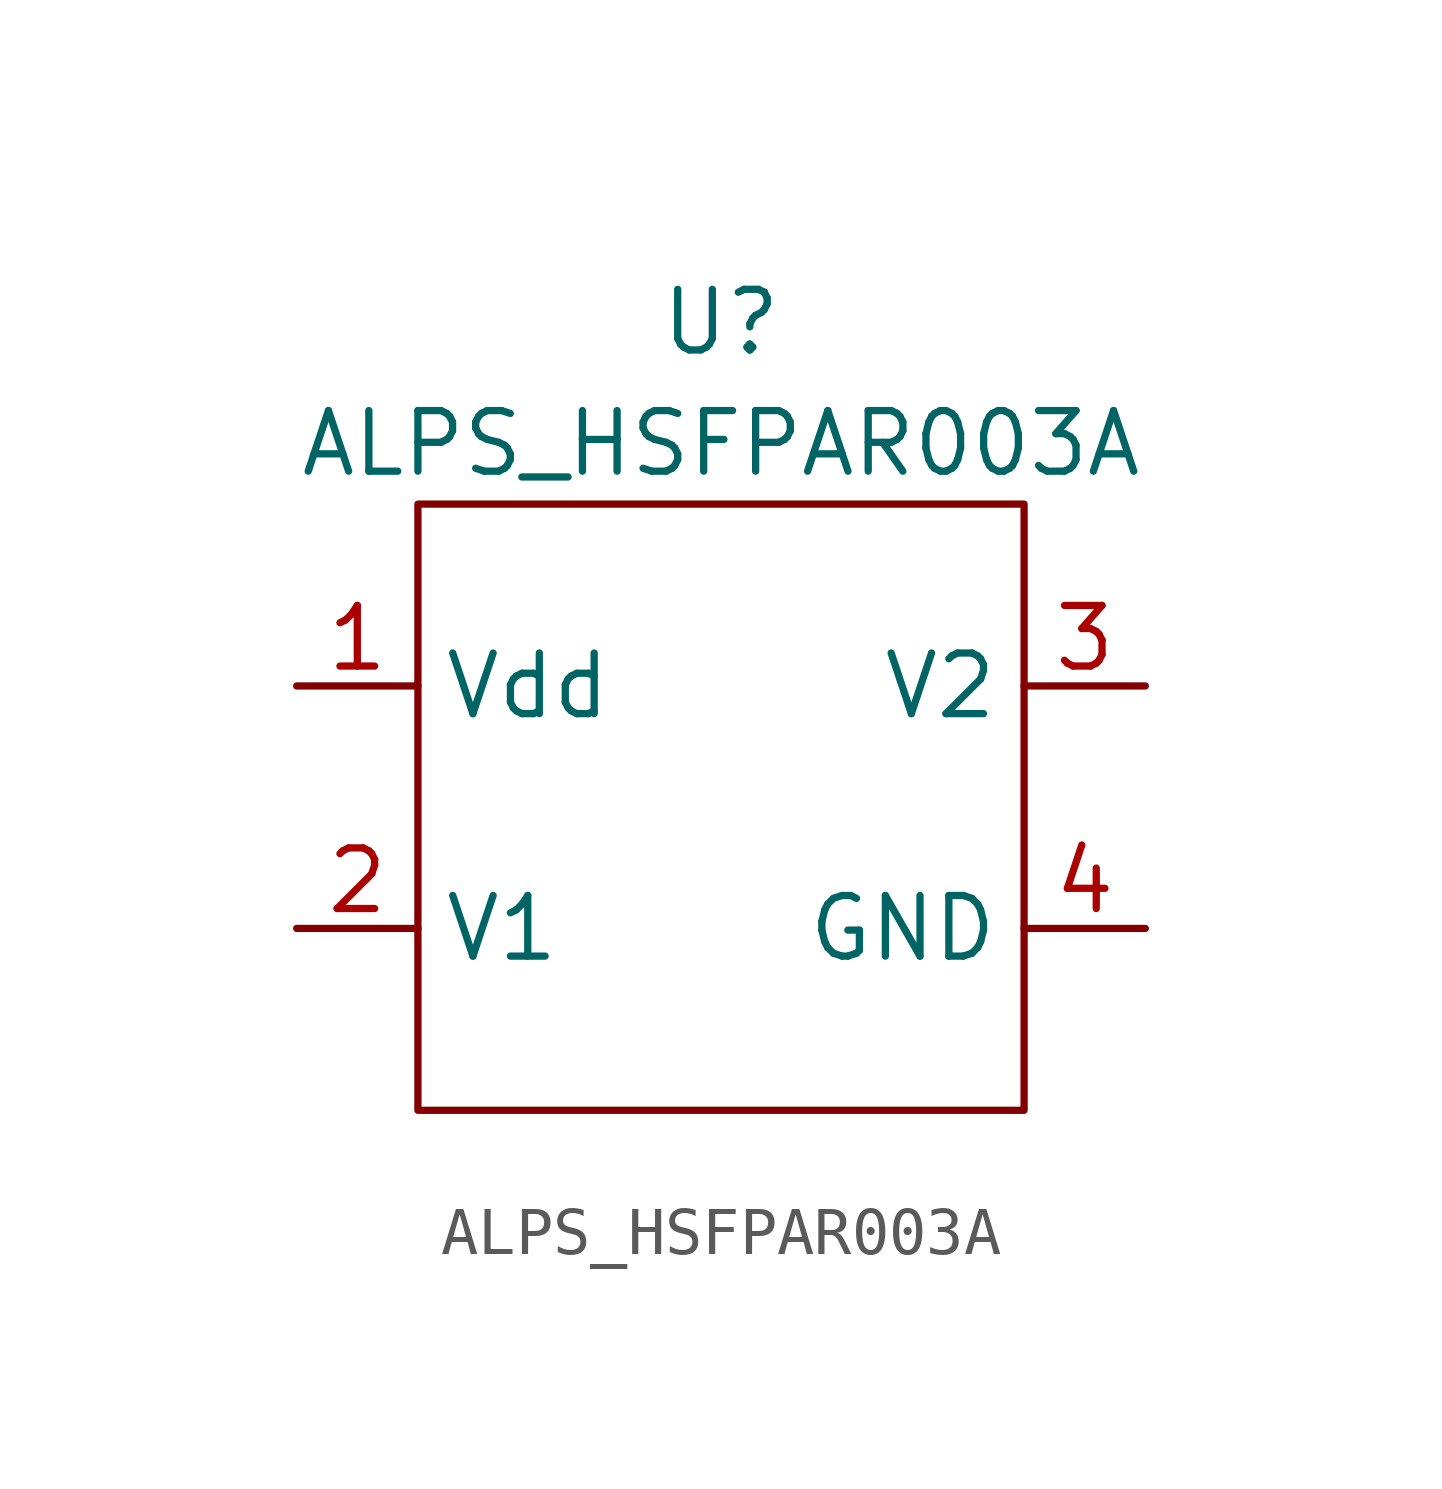
<source format=kicad_sym>
(kicad_symbol_lib
  (version 20211014)
  (generator kicad_symbol_editor)
  (symbol "ALPS_HSFPAR003A"
    (property "Reference" "U"
      (at 6.35 3.81 0)
      (effects (font (size 1.27 1.27))))
    (property "Value" "ALPS_HSFPAR003A"
      (at 6.35 1.27 0)
      (effects (font (size 1.27 1.27))))
    (symbol "ALPS_HSFPAR003A_0_1"
      (rectangle (start 0 0) (end 12.7 -12.7) (stroke (width 0) (type default) (color 0 0 0 0)) (fill (type none))))
    (symbol "ALPS_HSFPAR003A_1_1"
      (pin bidirectional line (at -2.54 -3.81 0) (length 2.54) (name "Vdd" (effects (font (size 1.27 1.27)))) (number "1" (effects (font (size 1.27 1.27)))))
      (pin power_in line (at -2.54 -8.89 0) (length 2.54) (name "V1" (effects (font (size 1.27 1.27)))) (number "2" (effects (font (size 1.27 1.27)))))
      (pin bidirectional line (at 15.24 -3.81 180) (length 2.54) (name "V2" (effects (font (size 1.27 1.27)))) (number "3" (effects (font (size 1.27 1.27)))))
      (pin power_in line (at 15.24 -8.89 180) (length 2.54) (name "GND" (effects (font (size 1.27 1.27)))) (number "4" (effects (font (size 1.27 1.27))))))))
</source>
